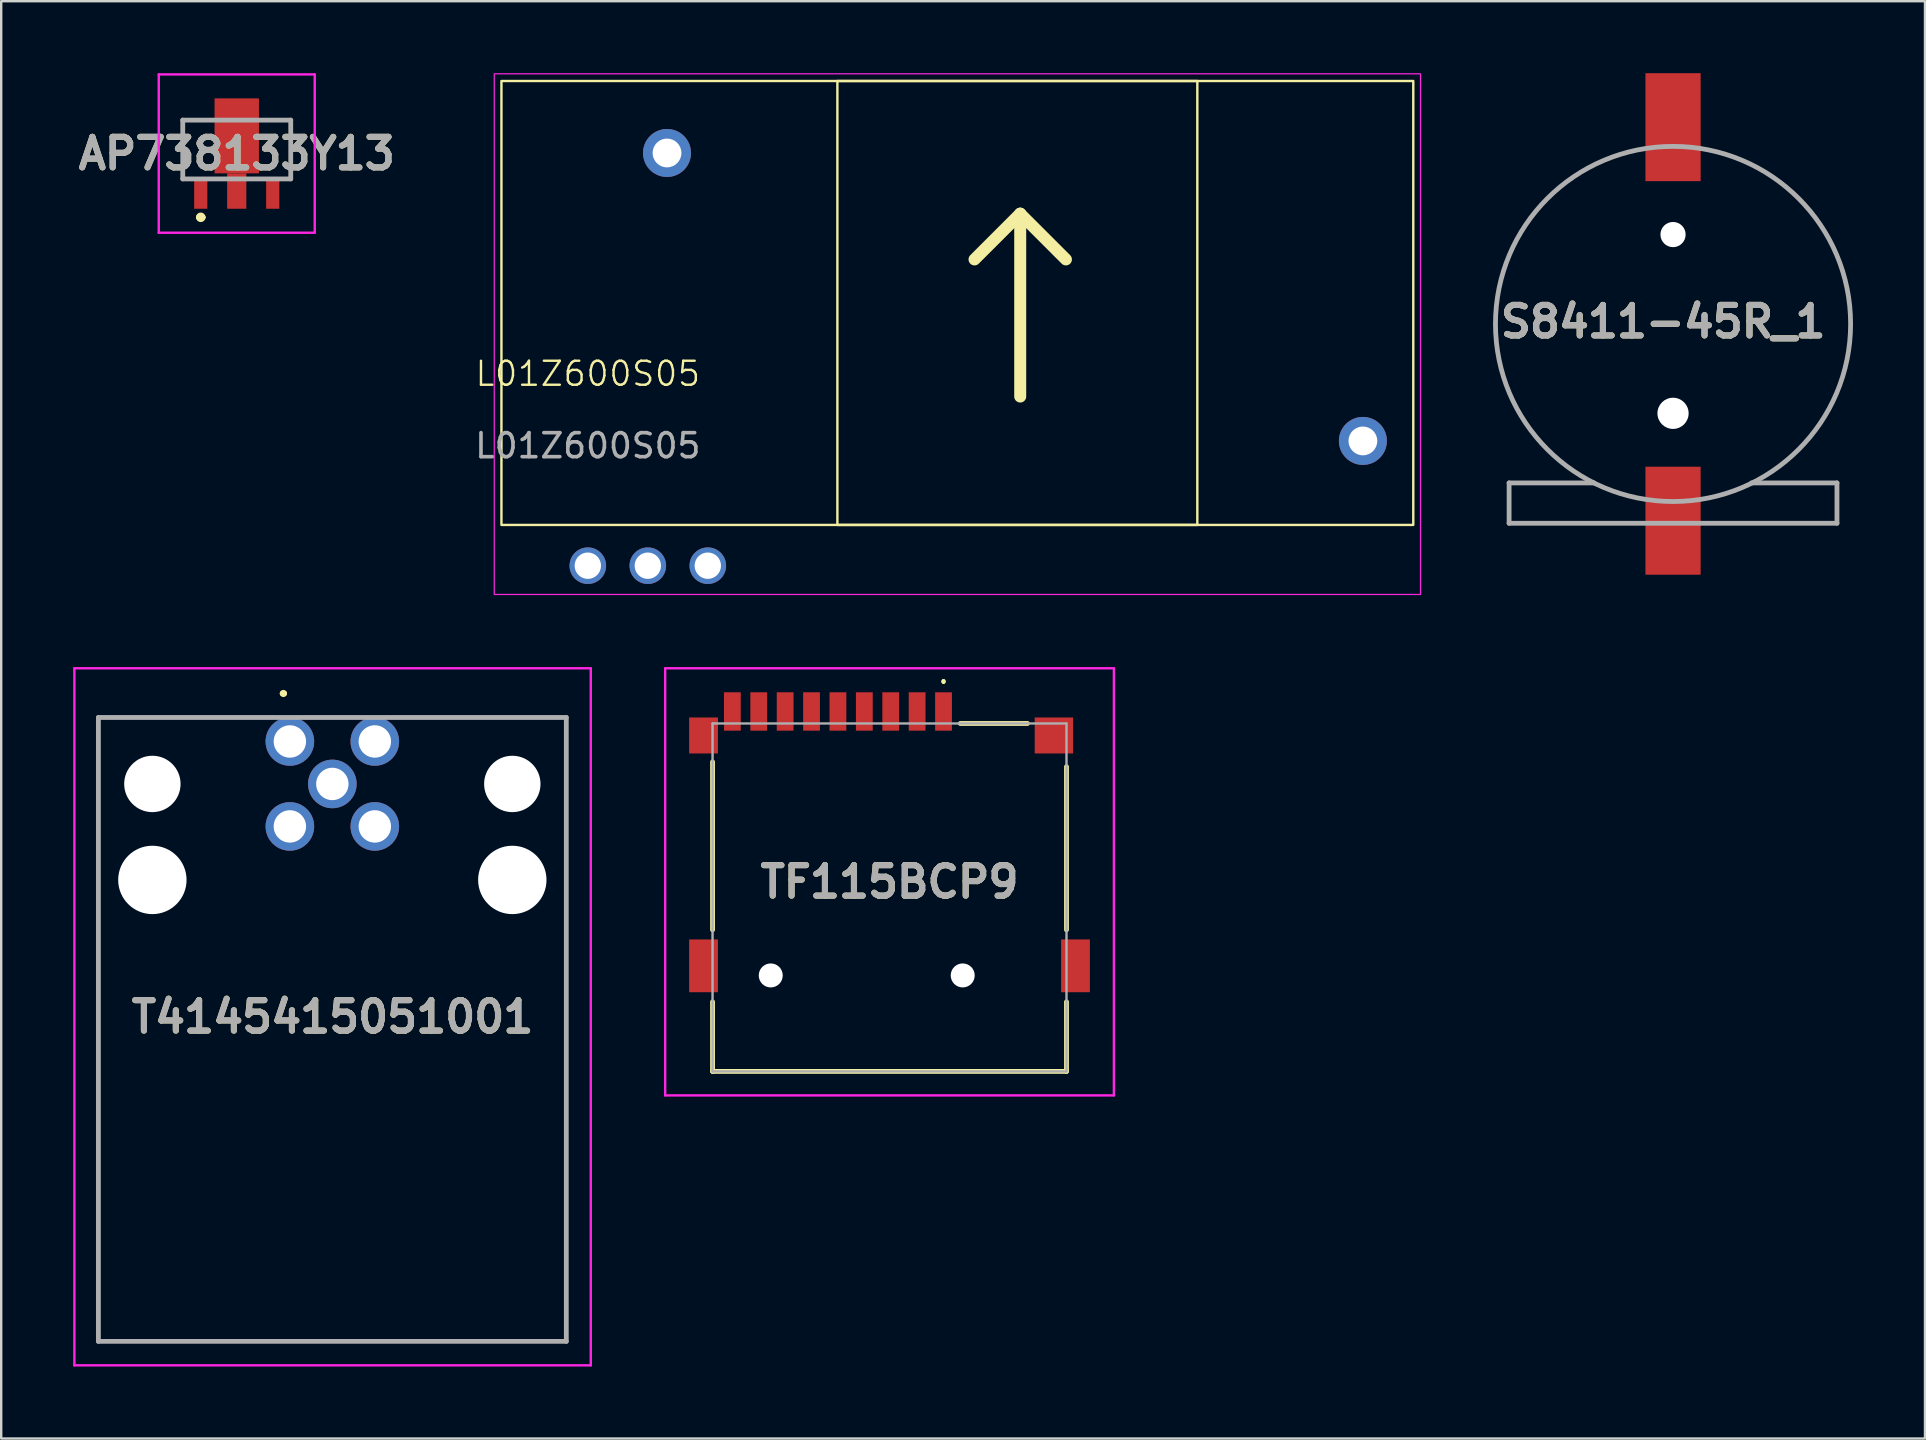
<source format=kicad_pcb>
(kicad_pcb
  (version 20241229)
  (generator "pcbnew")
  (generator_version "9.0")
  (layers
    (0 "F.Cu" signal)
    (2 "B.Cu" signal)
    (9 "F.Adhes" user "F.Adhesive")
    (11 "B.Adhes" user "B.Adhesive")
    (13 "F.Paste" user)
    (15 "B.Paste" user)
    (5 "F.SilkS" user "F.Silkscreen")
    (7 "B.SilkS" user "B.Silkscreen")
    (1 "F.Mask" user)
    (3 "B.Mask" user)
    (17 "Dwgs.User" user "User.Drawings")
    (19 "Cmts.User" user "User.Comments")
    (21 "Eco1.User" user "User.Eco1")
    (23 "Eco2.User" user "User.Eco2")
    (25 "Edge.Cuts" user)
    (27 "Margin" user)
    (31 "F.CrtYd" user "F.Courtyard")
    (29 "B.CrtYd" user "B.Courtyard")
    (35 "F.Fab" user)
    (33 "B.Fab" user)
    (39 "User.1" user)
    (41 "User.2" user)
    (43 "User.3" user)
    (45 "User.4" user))
  (footprint "AP738133Y13"
    (layer "F.Cu")
    (at 6.816 4.606)
    (property "Reference" "AP738133Y13" (at 0 -1.256 0) (layer "F.SilkS") (effects (font (size 1.27 1.27) (thickness 0.254))))
    (attr smd)
    (fp_line (start -2.25 -2.65) (end -2.25 -0.2) (stroke (width 0.1) (type solid)) (layer "F.SilkS"))
    (fp_line (start -2.25 -0.2) (end -2 -0.2) (stroke (width 0.1) (type solid)) (layer "F.SilkS"))
    (fp_line (start -1.6 1.4) (end -1.6 1.4) (stroke (width 0.2) (type solid)) (layer "F.SilkS"))
    (fp_line (start -1.4 1.4) (end -1.4 1.4) (stroke (width 0.2) (type solid)) (layer "F.SilkS"))
    (fp_line (start -1.2 -2.65) (end -2.25 -2.65) (stroke (width 0.1) (type solid)) (layer "F.SilkS"))
    (fp_line (start 1.2 -2.65) (end 2.25 -2.65) (stroke (width 0.1) (type solid)) (layer "F.SilkS"))
    (fp_line (start 2.25 -2.65) (end 2.25 -0.2) (stroke (width 0.1) (type solid)) (layer "F.SilkS"))
    (fp_line (start 2.25 -0.2) (end 2 -0.2) (stroke (width 0.1) (type solid)) (layer "F.SilkS"))
    (fp_arc (start -1.6 1.4) (mid -1.5 1.3) (end -1.4 1.4) (stroke (width 0.2) (type solid)) (layer "F.SilkS"))
    (fp_arc (start -1.4 1.4) (mid -1.5 1.5) (end -1.6 1.4) (stroke (width 0.2) (type solid)) (layer "F.SilkS"))
    (fp_line (start -3.25 -4.556) (end 3.25 -4.556) (stroke (width 0.1) (type solid)) (layer "F.CrtYd"))
    (fp_line (start -3.25 2.044) (end -3.25 -4.556) (stroke (width 0.1) (type solid)) (layer "F.CrtYd"))
    (fp_line (start 3.25 -4.556) (end 3.25 2.044) (stroke (width 0.1) (type solid)) (layer "F.CrtYd"))
    (fp_line (start 3.25 2.044) (end -3.25 2.044) (stroke (width 0.1) (type solid)) (layer "F.CrtYd"))
    (fp_line (start -2.25 -2.65) (end 2.25 -2.65) (stroke (width 0.2) (type solid)) (layer "F.Fab"))
    (fp_line (start -2.25 -0.2) (end -2.25 -2.65) (stroke (width 0.2) (type solid)) (layer "F.Fab"))
    (fp_line (start 2.25 -2.65) (end 2.25 -0.2) (stroke (width 0.2) (type solid)) (layer "F.Fab"))
    (fp_line (start 2.25 -0.2) (end -2.25 -0.2) (stroke (width 0.2) (type solid)) (layer "F.Fab"))
    (fp_text user "${REFERENCE}" (at 0 -1.256 0) (layer "F.Fab") (effects (font (size 1.27 1.27) (thickness 0.254))))
    (pad "1" smd rect (at -1.5 0.394) (size 0.55 1.3) (layers "F.Cu" "F.Mask" "F.Paste"))
    (pad "2" smd rect (at 0 0.306) (size 0.8 1.475) (layers "F.Cu" "F.Mask" "F.Paste"))
    (pad "3" smd rect (at 1.5 0.394) (size 0.55 1.3) (layers "F.Cu" "F.Mask" "F.Paste"))
    (pad "4" smd rect (at 0 -1.994) (size 1.85 3.125) (layers "F.Cu" "F.Mask" "F.Paste")))
  (footprint "S8411-45R_1"
    (layer "F.Cu")
    (at 66.672 10.45)
    (property "Reference" "S8411-45R_1" (at -0.412 -0.096 0) (layer "F.SilkS") (effects (font (size 1.27 1.27) (thickness 0.254))))
    (attr through_hole)
    (fp_line (start -6.832 6.625) (end -3.27 6.625) (stroke (width 0.1) (type solid)) (layer "F.SilkS"))
    (fp_line (start -6.832 8.307) (end -6.832 6.625) (stroke (width 0.1) (type solid)) (layer "F.SilkS"))
    (fp_line (start -6.832 8.307) (end -1.553 8.307) (stroke (width 0.1) (type solid)) (layer "F.SilkS"))
    (fp_line (start 6.832 6.625) (end 3.296 6.625) (stroke (width 0.1) (type solid)) (layer "F.SilkS"))
    (fp_line (start 6.832 8.307) (end 1.49 8.307) (stroke (width 0.1) (type solid)) (layer "F.SilkS"))
    (fp_line (start 6.832 8.307) (end 6.832 6.625) (stroke (width 0.1) (type solid)) (layer "F.SilkS"))
    (fp_arc (start -3.295295 6.625783) (mid -7.399998 0.000879) (end -3.29687 -6.625) (stroke (width 0.1) (type solid)) (layer "F.SilkS"))
    (fp_arc (start 3.295287 -6.625787) (mid 7.399995 -0.000884) (end 3.29687 6.625) (stroke (width 0.1) (type solid)) (layer "F.SilkS"))
    (fp_line (start -6.832 6.625) (end -6.832 8.307) (stroke (width 0.2) (type solid)) (layer "F.Fab"))
    (fp_line (start -6.832 8.307) (end 6.832 8.307) (stroke (width 0.2) (type solid)) (layer "F.Fab"))
    (fp_line (start -3.297 6.625) (end -6.832 6.625) (stroke (width 0.2) (type solid)) (layer "F.Fab"))
    (fp_line (start 6.832 6.625) (end 3.27 6.625) (stroke (width 0.2) (type solid)) (layer "F.Fab"))
    (fp_line (start 6.832 8.307) (end 6.832 6.625) (stroke (width 0.2) (type solid)) (layer "F.Fab"))
    (fp_circle (center 0 0) (end 0 7.4) (stroke (width 0.2) (type solid)) (fill no) (layer "F.Fab"))
    (fp_text user "${REFERENCE}" (at -0.412 -0.096 0) (layer "F.Fab") (effects (font (size 1.27 1.27) (thickness 0.254))))
    (pad "" np_thru_hole circle (at 0 -3.725) (size 1.05 1.05) (drill 1.05) (layers "*.Cu" "*.Mask"))
    (pad "" np_thru_hole circle (at 0 3.725) (size 1.3 1.3) (drill 1.3) (layers "*.Cu" "*.Mask"))
    (pad "1" smd rect (at 0 8.2) (size 2.3 4.5) (layers "F.Cu" "F.Mask" "F.Paste"))
    (pad "2" smd rect (at 0 -8.2) (size 2.3 4.5) (layers "F.Cu" "F.Mask" "F.Paste")))
  (footprint "TF115BCP9"
    (layer "F.Cu")
    (at 34.02 34.35)
    (property "Reference" "TF115BCP9" (at 0 -0.65 0) (layer "F.SilkS") (effects (font (size 1.27 1.27) (thickness 0.254))))
    (attr through_hole)
    (fp_line (start -7.375 -5.65) (end -7.375 1.35) (stroke (width 0.2) (type solid)) (layer "F.SilkS"))
    (fp_line (start -7.375 4.35) (end -7.375 7.25) (stroke (width 0.2) (type solid)) (layer "F.SilkS"))
    (fp_line (start -7.375 7.25) (end 7.375 7.25) (stroke (width 0.2) (type solid)) (layer "F.SilkS"))
    (fp_line (start 2.25 -9.05) (end 2.25 -9.05) (stroke (width 0.1) (type solid)) (layer "F.SilkS"))
    (fp_line (start 2.25 -8.95) (end 2.25 -8.95) (stroke (width 0.1) (type solid)) (layer "F.SilkS"))
    (fp_line (start 5.75 -7.25) (end 2.95 -7.25) (stroke (width 0.2) (type solid)) (layer "F.SilkS"))
    (fp_line (start 7.375 1.35) (end 7.375 -5.45) (stroke (width 0.2) (type solid)) (layer "F.SilkS"))
    (fp_line (start 7.375 7.25) (end 7.375 4.35) (stroke (width 0.2) (type solid)) (layer "F.SilkS"))
    (fp_arc (start 2.25 -9.05) (mid 2.3 -9) (end 2.25 -8.95) (stroke (width 0.1) (type solid)) (layer "F.SilkS"))
    (fp_arc (start 2.25 -8.95) (mid 2.2 -9) (end 2.25 -9.05) (stroke (width 0.1) (type solid)) (layer "F.SilkS"))
    (fp_line (start -9.35 -9.55) (end 9.35 -9.55) (stroke (width 0.1) (type solid)) (layer "F.CrtYd"))
    (fp_line (start -9.35 8.25) (end -9.35 -9.55) (stroke (width 0.1) (type solid)) (layer "F.CrtYd"))
    (fp_line (start 9.35 -9.55) (end 9.35 8.25) (stroke (width 0.1) (type solid)) (layer "F.CrtYd"))
    (fp_line (start 9.35 8.25) (end -9.35 8.25) (stroke (width 0.1) (type solid)) (layer "F.CrtYd"))
    (fp_line (start -7.375 -7.25) (end 7.375 -7.25) (stroke (width 0.1) (type solid)) (layer "F.Fab"))
    (fp_line (start -7.375 7.25) (end -7.375 -7.25) (stroke (width 0.1) (type solid)) (layer "F.Fab"))
    (fp_line (start 7.375 -7.25) (end 7.375 7.25) (stroke (width 0.1) (type solid)) (layer "F.Fab"))
    (fp_line (start 7.375 7.25) (end -7.375 7.25) (stroke (width 0.1) (type solid)) (layer "F.Fab"))
    (fp_text user "${REFERENCE}" (at 0 -0.65 0) (layer "F.Fab") (effects (font (size 1.27 1.27) (thickness 0.254))))
    (pad "" np_thru_hole circle (at -4.95 3.25) (size 1 1) (drill 1) (layers "*.Cu" "*.Mask"))
    (pad "" np_thru_hole circle (at 3.05 3.25) (size 1 1) (drill 1) (layers "*.Cu" "*.Mask"))
    (pad "1" smd rect (at 2.25 -7.75) (size 0.7 1.6) (layers "F.Cu" "F.Mask" "F.Paste"))
    (pad "2" smd rect (at 1.15 -7.75) (size 0.7 1.6) (layers "F.Cu" "F.Mask" "F.Paste"))
    (pad "3" smd rect (at 0.05 -7.75) (size 0.7 1.6) (layers "F.Cu" "F.Mask" "F.Paste"))
    (pad "4" smd rect (at -1.05 -7.75) (size 0.7 1.6) (layers "F.Cu" "F.Mask" "F.Paste"))
    (pad "5" smd rect (at -2.15 -7.75) (size 0.7 1.6) (layers "F.Cu" "F.Mask" "F.Paste"))
    (pad "6" smd rect (at -3.25 -7.75) (size 0.7 1.6) (layers "F.Cu" "F.Mask" "F.Paste"))
    (pad "7" smd rect (at -4.35 -7.75) (size 0.7 1.6) (layers "F.Cu" "F.Mask" "F.Paste"))
    (pad "8" smd rect (at -5.45 -7.75) (size 0.7 1.6) (layers "F.Cu" "F.Mask" "F.Paste"))
    (pad "CD1" smd rect (at -6.55 -7.75) (size 0.7 1.6) (layers "F.Cu" "F.Mask" "F.Paste"))
    (pad "G1" smd rect (at -7.75 -6.75) (size 1.2 1.5) (layers "F.Cu" "F.Mask" "F.Paste"))
    (pad "G2" smd rect (at -7.75 2.85) (size 1.2 2.2) (layers "F.Cu" "F.Mask" "F.Paste"))
    (pad "G3" smd rect (at 7.75 2.85) (size 1.2 2.2) (layers "F.Cu" "F.Mask" "F.Paste"))
    (pad "G4" smd rect (at 6.85 -6.75 90) (size 1.5 1.6) (layers "F.Cu" "F.Mask" "F.Paste")))
  (footprint "T4145415051001"
    (layer "F.Cu")
    (at 9.03 27.85)
    (property "Reference" "T4145415051001" (at 1.78 11.475 0) (layer "F.SilkS") (effects (font (size 1.27 1.27) (thickness 0.254))))
    (attr through_hole)
    (fp_line (start -7.96 -1) (end -7.96 25) (stroke (width 0.1) (type solid)) (layer "F.SilkS"))
    (fp_line (start -7.96 25) (end 11.54 25) (stroke (width 0.1) (type solid)) (layer "F.SilkS"))
    (fp_line (start -1.46 -1) (end -7.96 -1) (stroke (width 0.1) (type solid)) (layer "F.SilkS"))
    (fp_line (start -0.32 -2) (end -0.32 -2) (stroke (width 0.2) (type solid)) (layer "F.SilkS"))
    (fp_line (start -0.22 -2) (end -0.22 -2) (stroke (width 0.2) (type solid)) (layer "F.SilkS"))
    (fp_line (start 11.54 -1) (end 4.54 -1) (stroke (width 0.1) (type solid)) (layer "F.SilkS"))
    (fp_line (start 11.54 25) (end 11.54 -1) (stroke (width 0.1) (type solid)) (layer "F.SilkS"))
    (fp_arc (start -0.32 -2) (mid -0.27 -2.05) (end -0.22 -2) (stroke (width 0.2) (type solid)) (layer "F.SilkS"))
    (fp_arc (start -0.22 -2) (mid -0.27 -1.95) (end -0.32 -2) (stroke (width 0.2) (type solid)) (layer "F.SilkS"))
    (fp_line (start -8.98 -3.05) (end 12.54 -3.05) (stroke (width 0.1) (type solid)) (layer "F.CrtYd"))
    (fp_line (start -8.98 26) (end -8.98 -3.05) (stroke (width 0.1) (type solid)) (layer "F.CrtYd"))
    (fp_line (start 12.54 -3.05) (end 12.54 26) (stroke (width 0.1) (type solid)) (layer "F.CrtYd"))
    (fp_line (start 12.54 26) (end -8.98 26) (stroke (width 0.1) (type solid)) (layer "F.CrtYd"))
    (fp_line (start -7.98 -1) (end 11.52 -1) (stroke (width 0.2) (type solid)) (layer "F.Fab"))
    (fp_line (start -7.98 25) (end -7.98 -1) (stroke (width 0.2) (type solid)) (layer "F.Fab"))
    (fp_line (start 11.52 -1) (end 11.52 25) (stroke (width 0.2) (type solid)) (layer "F.Fab"))
    (fp_line (start 11.52 25) (end -7.98 25) (stroke (width 0.2) (type solid)) (layer "F.Fab"))
    (fp_text user "${REFERENCE}" (at 1.78 11.475 0) (layer "F.Fab") (effects (font (size 1.27 1.27) (thickness 0.254))))
    (pad "" np_thru_hole circle (at -5.73 1.77) (size 2.35 2.35) (drill 2.35) (layers "*.Cu" "*.Mask"))
    (pad "" np_thru_hole circle (at -5.73 5.77) (size 2.85 2.85) (drill 2.85) (layers "*.Cu" "*.Mask"))
    (pad "" np_thru_hole circle (at 9.27 1.77) (size 2.35 2.35) (drill 2.35) (layers "*.Cu" "*.Mask"))
    (pad "" np_thru_hole circle (at 9.27 5.77) (size 2.85 2.85) (drill 2.85) (layers "*.Cu" "*.Mask"))
    (pad "1" thru_hole circle (at 0 0) (size 2.025 2.025) (drill 1.35) (layers "*.Cu" "*.Mask"))
    (pad "2" thru_hole circle (at 3.54 0) (size 2.025 2.025) (drill 1.35) (layers "*.Cu" "*.Mask"))
    (pad "3" thru_hole circle (at 3.54 3.54) (size 2.025 2.025) (drill 1.35) (layers "*.Cu" "*.Mask"))
    (pad "4" thru_hole circle (at 0 3.54) (size 2.025 2.025) (drill 1.35) (layers "*.Cu" "*.Mask"))
    (pad "5" thru_hole circle (at 1.77 1.77) (size 2.025 2.025) (drill 1.35) (layers "*.Cu" "*.Mask")))
  (footprint "L01Z600S05"
    (layer "F.Cu")
    (at 21.447 13.025)
    (property "Reference" "L01Z600S05" (at 0 -0.5 0) (unlocked yes) (layer "F.SilkS") (effects (font (size 1 1) (thickness 0.1))))
    (attr through_hole)
    (fp_rect (start -3.6 -12.7) (end 34.4 5.8) (stroke (width 0.1) (type default)) (fill no) (layer "F.SilkS"))
    (fp_rect (start 10.4 -12.7) (end 25.4 5.8) (stroke (width 0.1) (type default)) (fill no) (layer "F.SilkS"))
    (fp_rect (start -3.9 -13) (end 34.7 8.7) (stroke (width 0.05) (type default)) (fill no) (layer "F.CrtYd"))
    (fp_text user "↑" (at 11.5 1.7 0) (unlocked yes) (layer "F.SilkS") (effects (font (size 10 10) (thickness 0.5) (bold yes)) (justify left bottom)))
    (fp_text user "${REFERENCE}" (at 0 2.5 0) (unlocked yes) (layer "F.Fab") (effects (font (size 1 1) (thickness 0.15))))
    (pad "" thru_hole circle (at 3.3 -9.7) (size 2 2) (drill 1.2) (layers "*.Cu" "*.Mask"))
    (pad "" thru_hole circle (at 32.3 2.3) (size 2 2) (drill 1.2) (layers "*.Cu" "*.Mask"))
    (pad "1" thru_hole circle (at 0 7.5) (size 1.524 1.524) (drill 1.1) (layers "*.Cu" "*.Mask"))
    (pad "2" thru_hole circle (at 2.5 7.5) (size 1.524 1.524) (drill 1.1) (layers "*.Cu" "*.Mask"))
    (pad "3" thru_hole circle (at 5 7.5) (size 1.524 1.524) (drill 1.1) (layers "*.Cu" "*.Mask")))
  (gr_rect
    (start -3 -3)
    (end 77.172 56.9)
    (stroke (width 0.1) (type default))
    (fill no)
    (layer "Edge.Cuts")))
</source>
